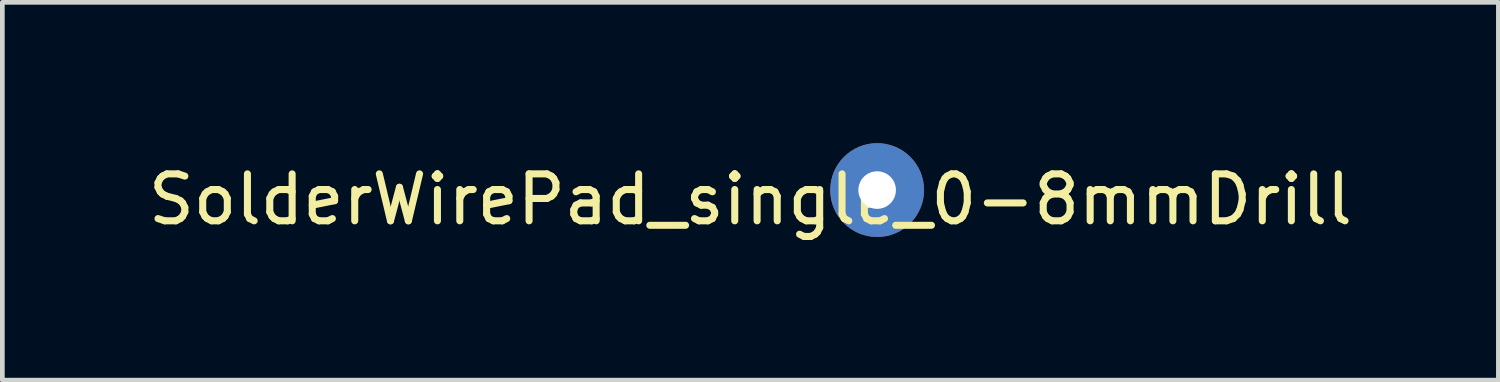
<source format=kicad_pcb>
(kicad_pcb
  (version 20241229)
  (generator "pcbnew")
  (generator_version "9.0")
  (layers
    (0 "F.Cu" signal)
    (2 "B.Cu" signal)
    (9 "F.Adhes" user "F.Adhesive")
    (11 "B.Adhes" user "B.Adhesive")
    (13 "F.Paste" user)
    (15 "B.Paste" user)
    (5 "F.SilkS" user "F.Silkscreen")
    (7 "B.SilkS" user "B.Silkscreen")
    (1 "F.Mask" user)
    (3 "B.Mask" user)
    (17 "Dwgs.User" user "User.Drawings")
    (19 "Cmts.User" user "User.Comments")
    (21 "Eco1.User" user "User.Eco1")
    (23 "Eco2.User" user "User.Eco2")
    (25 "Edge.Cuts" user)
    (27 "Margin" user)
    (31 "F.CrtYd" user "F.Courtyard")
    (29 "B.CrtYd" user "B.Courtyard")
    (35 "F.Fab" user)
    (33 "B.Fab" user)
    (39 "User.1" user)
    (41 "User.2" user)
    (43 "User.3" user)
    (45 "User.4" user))
  (footprint "SolderWirePad_single_0-8mmDrill"
    (layer "F.Cu")
    (at 15.635 0.999)
    (property "Reference" "SolderWirePad_single_0-8mmDrill" (at -2.7 0.2 0) (layer "F.SilkS") (effects (font (size 1 1) (thickness 0.15))))
    (attr through_hole)
    (pad "1" thru_hole circle (at 0 0) (size 1.999 1.999) (drill 0.8) (layers "*.Cu" "*.Mask")))
  (gr_rect
    (start -3 -3)
    (end 28.869 5.048)
    (stroke (width 0.1) (type default))
    (fill no)
    (layer "Edge.Cuts")))
</source>
